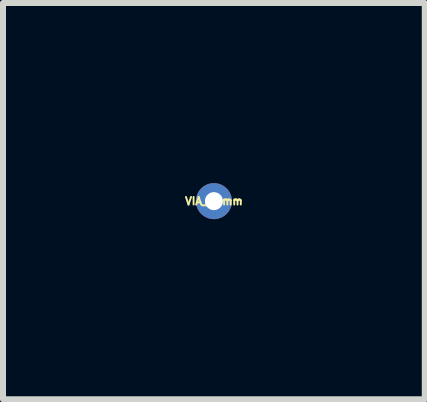
<source format=kicad_pcb>
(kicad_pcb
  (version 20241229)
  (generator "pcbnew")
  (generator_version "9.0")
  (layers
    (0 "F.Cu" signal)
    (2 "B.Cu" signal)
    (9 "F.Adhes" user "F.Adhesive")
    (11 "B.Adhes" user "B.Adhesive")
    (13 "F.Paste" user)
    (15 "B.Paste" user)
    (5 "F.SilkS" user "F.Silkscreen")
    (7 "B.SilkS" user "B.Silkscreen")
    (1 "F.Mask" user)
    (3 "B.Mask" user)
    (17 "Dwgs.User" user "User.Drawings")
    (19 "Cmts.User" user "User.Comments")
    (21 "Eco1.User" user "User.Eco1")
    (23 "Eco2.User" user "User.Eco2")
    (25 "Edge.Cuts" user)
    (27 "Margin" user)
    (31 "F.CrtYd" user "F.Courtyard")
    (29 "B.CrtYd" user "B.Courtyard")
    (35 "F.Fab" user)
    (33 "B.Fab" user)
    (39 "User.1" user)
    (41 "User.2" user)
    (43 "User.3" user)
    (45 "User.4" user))
  (footprint "VIA_06mm"
    (layer "F.Cu")
    (at 0.513 0.3)
    (property "Reference" "VIA_06mm" (at 0 0 0) (layer "F.SilkS") (effects (font (size 0.127 0.127) (thickness 0.032))))
    (attr through_hole)
    (pad "1" thru_hole circle (at 0 0) (size 0.6 0.6) (drill 0.3) (layers "*.Cu")))
  (gr_rect
    (start -3 -3)
    (end 4.025 3.6)
    (stroke (width 0.1) (type default))
    (fill no)
    (layer "Edge.Cuts")))
</source>
